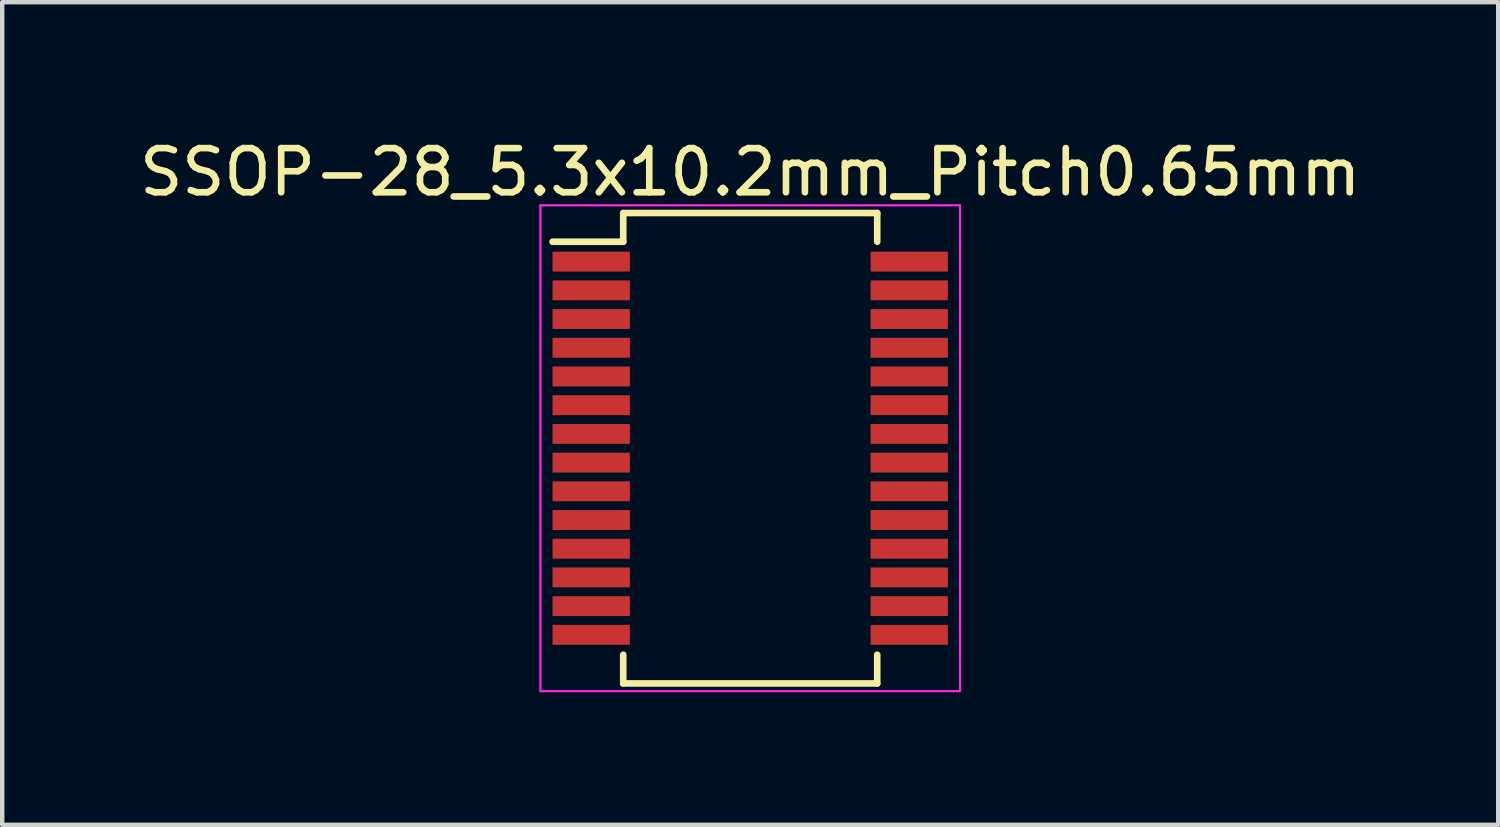
<source format=kicad_pcb>
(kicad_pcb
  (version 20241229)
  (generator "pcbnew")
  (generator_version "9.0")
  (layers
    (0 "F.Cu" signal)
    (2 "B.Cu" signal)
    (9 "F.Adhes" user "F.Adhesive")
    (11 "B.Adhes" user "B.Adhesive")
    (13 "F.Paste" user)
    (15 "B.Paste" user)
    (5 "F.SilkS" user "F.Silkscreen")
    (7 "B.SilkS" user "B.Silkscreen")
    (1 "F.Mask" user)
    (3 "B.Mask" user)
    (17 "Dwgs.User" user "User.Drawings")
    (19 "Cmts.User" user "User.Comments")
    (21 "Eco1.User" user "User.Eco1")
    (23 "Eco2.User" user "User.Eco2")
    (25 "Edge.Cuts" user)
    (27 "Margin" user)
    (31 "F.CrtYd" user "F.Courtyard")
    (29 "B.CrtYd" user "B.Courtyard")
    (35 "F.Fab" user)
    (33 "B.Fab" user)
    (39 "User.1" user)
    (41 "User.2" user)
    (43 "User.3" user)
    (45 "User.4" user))
  (footprint "SSOP-28_5.3x10.2mm_Pitch0.65mm"
    (layer "F.Cu")
    (at 13.935 7.098)
    (property "Reference" "SSOP-28_5.3x10.2mm_Pitch0.65mm" (at 0 -6.25 0) (layer "F.SilkS") (effects (font (size 1 1) (thickness 0.15))))
    (attr smd)
    (fp_line (start -2.875 -5.325) (end -2.875 -4.675) (stroke (width 0.15) (type solid)) (layer "F.SilkS"))
    (fp_line (start -2.875 -5.325) (end 2.875 -5.325) (stroke (width 0.15) (type solid)) (layer "F.SilkS"))
    (fp_line (start -2.875 -4.675) (end -4.475 -4.675) (stroke (width 0.15) (type solid)) (layer "F.SilkS"))
    (fp_line (start -2.875 5.325) (end -2.875 4.675) (stroke (width 0.15) (type solid)) (layer "F.SilkS"))
    (fp_line (start -2.875 5.325) (end 2.875 5.325) (stroke (width 0.15) (type solid)) (layer "F.SilkS"))
    (fp_line (start 2.875 -5.325) (end 2.875 -4.675) (stroke (width 0.15) (type solid)) (layer "F.SilkS"))
    (fp_line (start 2.875 5.325) (end 2.875 4.675) (stroke (width 0.15) (type solid)) (layer "F.SilkS"))
    (fp_line (start -4.75 -5.5) (end -4.75 5.5) (stroke (width 0.05) (type solid)) (layer "F.CrtYd"))
    (fp_line (start -4.75 -5.5) (end 4.75 -5.5) (stroke (width 0.05) (type solid)) (layer "F.CrtYd"))
    (fp_line (start -4.75 5.5) (end 4.75 5.5) (stroke (width 0.05) (type solid)) (layer "F.CrtYd"))
    (fp_line (start 4.75 -5.5) (end 4.75 5.5) (stroke (width 0.05) (type solid)) (layer "F.CrtYd"))
    (pad "1" smd rect (at -3.6 -4.225) (size 1.75 0.45) (layers "F.Cu" "F.Mask" "F.Paste"))
    (pad "2" smd rect (at -3.6 -3.575) (size 1.75 0.45) (layers "F.Cu" "F.Mask" "F.Paste"))
    (pad "3" smd rect (at -3.6 -2.925) (size 1.75 0.45) (layers "F.Cu" "F.Mask" "F.Paste"))
    (pad "4" smd rect (at -3.6 -2.275) (size 1.75 0.45) (layers "F.Cu" "F.Mask" "F.Paste"))
    (pad "5" smd rect (at -3.6 -1.625) (size 1.75 0.45) (layers "F.Cu" "F.Mask" "F.Paste"))
    (pad "6" smd rect (at -3.6 -0.975) (size 1.75 0.45) (layers "F.Cu" "F.Mask" "F.Paste"))
    (pad "7" smd rect (at -3.6 -0.325) (size 1.75 0.45) (layers "F.Cu" "F.Mask" "F.Paste"))
    (pad "8" smd rect (at -3.6 0.325) (size 1.75 0.45) (layers "F.Cu" "F.Mask" "F.Paste"))
    (pad "9" smd rect (at -3.6 0.975) (size 1.75 0.45) (layers "F.Cu" "F.Mask" "F.Paste"))
    (pad "10" smd rect (at -3.6 1.625) (size 1.75 0.45) (layers "F.Cu" "F.Mask" "F.Paste"))
    (pad "11" smd rect (at -3.6 2.275) (size 1.75 0.45) (layers "F.Cu" "F.Mask" "F.Paste"))
    (pad "12" smd rect (at -3.6 2.925) (size 1.75 0.45) (layers "F.Cu" "F.Mask" "F.Paste"))
    (pad "13" smd rect (at -3.6 3.575) (size 1.75 0.45) (layers "F.Cu" "F.Mask" "F.Paste"))
    (pad "14" smd rect (at -3.6 4.225) (size 1.75 0.45) (layers "F.Cu" "F.Mask" "F.Paste"))
    (pad "15" smd rect (at 3.6 4.225) (size 1.75 0.45) (layers "F.Cu" "F.Mask" "F.Paste"))
    (pad "16" smd rect (at 3.6 3.575) (size 1.75 0.45) (layers "F.Cu" "F.Mask" "F.Paste"))
    (pad "17" smd rect (at 3.6 2.925) (size 1.75 0.45) (layers "F.Cu" "F.Mask" "F.Paste"))
    (pad "18" smd rect (at 3.6 2.275) (size 1.75 0.45) (layers "F.Cu" "F.Mask" "F.Paste"))
    (pad "19" smd rect (at 3.6 1.625) (size 1.75 0.45) (layers "F.Cu" "F.Mask" "F.Paste"))
    (pad "20" smd rect (at 3.6 0.975) (size 1.75 0.45) (layers "F.Cu" "F.Mask" "F.Paste"))
    (pad "21" smd rect (at 3.6 0.325) (size 1.75 0.45) (layers "F.Cu" "F.Mask" "F.Paste"))
    (pad "22" smd rect (at 3.6 -0.325) (size 1.75 0.45) (layers "F.Cu" "F.Mask" "F.Paste"))
    (pad "23" smd rect (at 3.6 -0.975) (size 1.75 0.45) (layers "F.Cu" "F.Mask" "F.Paste"))
    (pad "24" smd rect (at 3.6 -1.625) (size 1.75 0.45) (layers "F.Cu" "F.Mask" "F.Paste"))
    (pad "25" smd rect (at 3.6 -2.275) (size 1.75 0.45) (layers "F.Cu" "F.Mask" "F.Paste"))
    (pad "26" smd rect (at 3.6 -2.925) (size 1.75 0.45) (layers "F.Cu" "F.Mask" "F.Paste"))
    (pad "27" smd rect (at 3.6 -3.575) (size 1.75 0.45) (layers "F.Cu" "F.Mask" "F.Paste"))
    (pad "28" smd rect (at 3.6 -4.225) (size 1.75 0.45) (layers "F.Cu" "F.Mask" "F.Paste")))
  (gr_rect
    (start -3 -3)
    (end 30.869 15.623)
    (stroke (width 0.1) (type default))
    (fill no)
    (layer "Edge.Cuts")))
</source>
